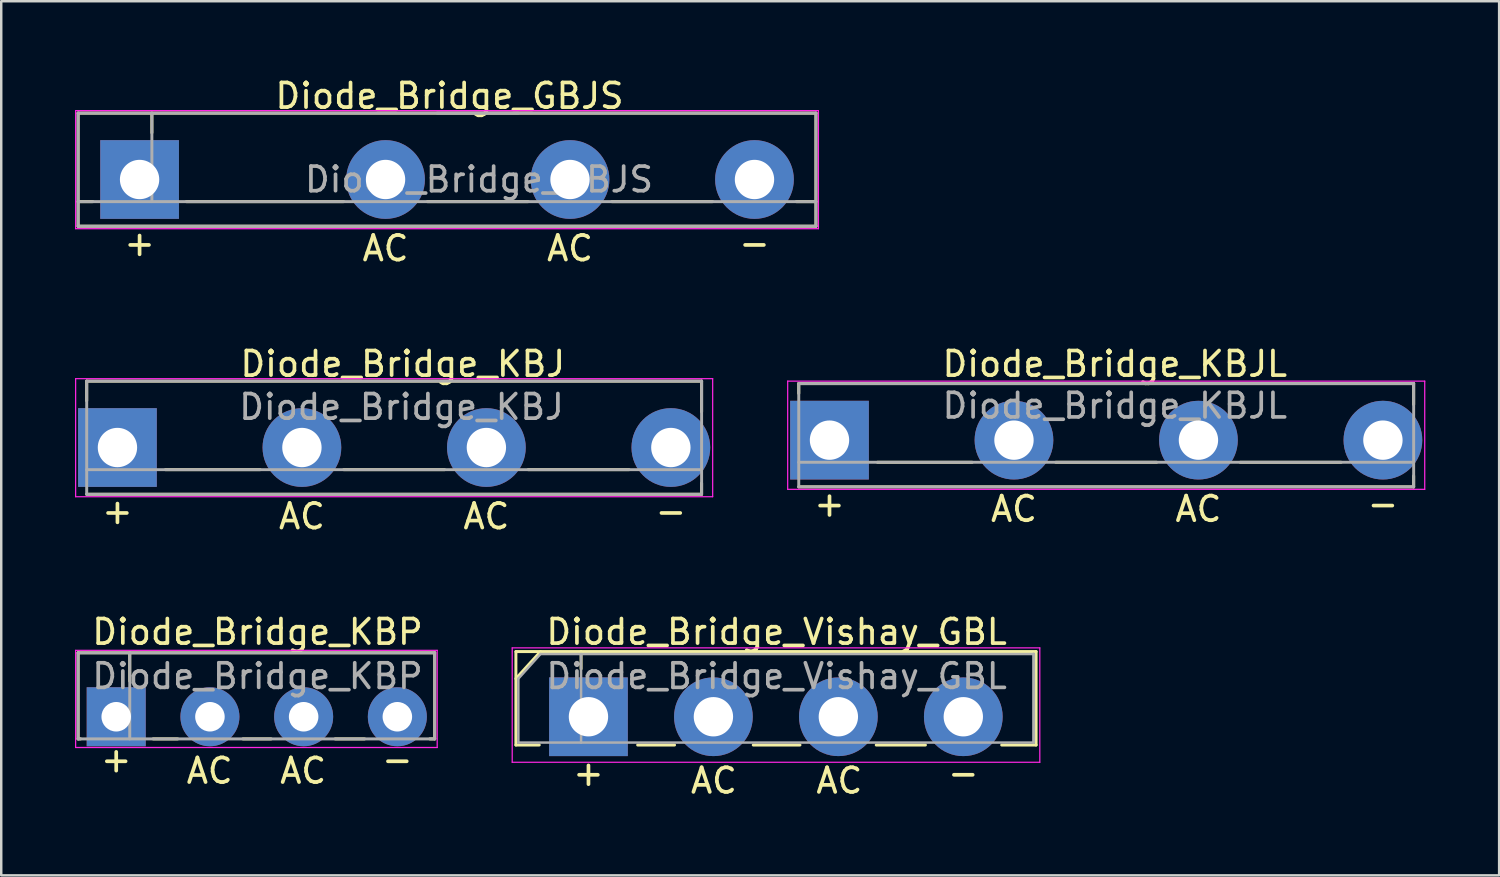
<source format=kicad_pcb>
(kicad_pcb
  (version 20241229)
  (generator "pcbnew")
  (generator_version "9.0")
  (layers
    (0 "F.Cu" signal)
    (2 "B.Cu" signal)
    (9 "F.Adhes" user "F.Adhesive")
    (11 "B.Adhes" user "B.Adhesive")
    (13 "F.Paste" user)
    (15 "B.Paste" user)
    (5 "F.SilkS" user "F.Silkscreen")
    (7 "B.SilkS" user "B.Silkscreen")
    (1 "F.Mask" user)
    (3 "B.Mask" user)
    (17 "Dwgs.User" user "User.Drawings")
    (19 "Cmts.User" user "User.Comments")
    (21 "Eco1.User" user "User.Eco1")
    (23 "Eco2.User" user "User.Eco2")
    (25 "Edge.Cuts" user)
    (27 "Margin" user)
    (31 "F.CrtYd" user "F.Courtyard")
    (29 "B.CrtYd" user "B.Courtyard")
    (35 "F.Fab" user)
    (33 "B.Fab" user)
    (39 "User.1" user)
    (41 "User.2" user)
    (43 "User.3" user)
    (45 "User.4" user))
  (footprint "Diode_Bridge_KBJL"
    (layer "F.Cu")
    (at 30.675 14.845)
    (property "Reference" "Diode_Bridge_KBJL" (at 11.6 -3.1 0) (layer "F.SilkS") (effects (font (size 1 1) (thickness 0.15))))
    (fp_line (start -1.25 -2.3) (end -1.25 -1.9) (stroke (width 0.12) (type solid)) (layer "F.SilkS"))
    (fp_line (start -1.25 -2.3) (end 23.75 -2.3) (stroke (width 0.12) (type solid)) (layer "F.SilkS"))
    (fp_line (start 1.95 0.9) (end 5.8 0.9) (stroke (width 0.12) (type solid)) (layer "F.SilkS"))
    (fp_line (start 9.2 0.9) (end 13.3 0.9) (stroke (width 0.12) (type solid)) (layer "F.SilkS"))
    (fp_line (start 16.7 0.9) (end 20.8 0.9) (stroke (width 0.12) (type solid)) (layer "F.SilkS"))
    (fp_line (start 23.75 -2.3) (end 23.75 -1.45) (stroke (width 0.12) (type solid)) (layer "F.SilkS"))
    (fp_line (start 23.75 1.45) (end 23.75 1.9) (stroke (width 0.12) (type solid)) (layer "F.SilkS"))
    (fp_line (start 23.75 1.9) (end -1.25 1.9) (stroke (width 0.12) (type solid)) (layer "F.SilkS"))
    (fp_line (start -1.7 -2.4) (end -1.7 2) (stroke (width 0.05) (type solid)) (layer "F.CrtYd"))
    (fp_line (start -1.7 2) (end 24.2 2) (stroke (width 0.05) (type solid)) (layer "F.CrtYd"))
    (fp_line (start 24.2 -2.4) (end -1.7 -2.4) (stroke (width 0.05) (type solid)) (layer "F.CrtYd"))
    (fp_line (start 24.2 2) (end 24.2 -2.4) (stroke (width 0.05) (type solid)) (layer "F.CrtYd"))
    (fp_line (start -1.25 -2.3) (end -1.25 1.9) (stroke (width 0.12) (type solid)) (layer "F.Fab"))
    (fp_line (start -1.25 0.9) (end 23.75 0.9) (stroke (width 0.12) (type solid)) (layer "F.Fab"))
    (fp_line (start -1.25 1.9) (end 23.75 1.9) (stroke (width 0.12) (type solid)) (layer "F.Fab"))
    (fp_line (start 23.75 -2.3) (end -1.25 -2.3) (stroke (width 0.12) (type solid)) (layer "F.Fab"))
    (fp_line (start 23.75 1.9) (end 23.75 -2.3) (stroke (width 0.12) (type solid)) (layer "F.Fab"))
    (fp_text user "AC" (at 15 2.8 0) (layer "F.SilkS") (effects (font (size 1 1) (thickness 0.15))))
    (fp_text user "+" (at 0 2.586 0) (layer "F.SilkS") (effects (font (size 1 1) (thickness 0.15))))
    (fp_text user "-" (at 22.5 2.586 0) (layer "F.SilkS") (effects (font (size 1 1) (thickness 0.15))))
    (fp_text user "AC" (at 7.5 2.8 0) (layer "F.SilkS") (effects (font (size 1 1) (thickness 0.15))))
    (fp_text user "${REFERENCE}" (at 11.6 -1.4 0) (layer "F.Fab") (effects (font (size 1 1) (thickness 0.15))))
    (pad "1" thru_hole rect (at 0 0 180) (size 3.2 3.2) (drill 1.6) (layers "*.Cu" "*.Mask"))
    (pad "2" thru_hole circle (at 7.5 0 180) (size 3.2 3.2) (drill 1.6) (layers "*.Cu" "*.Mask"))
    (pad "3" thru_hole circle (at 15 0 180) (size 3.2 3.2) (drill 1.6) (layers "*.Cu" "*.Mask"))
    (pad "4" thru_hole circle (at 22.5 0 180) (size 3.2 3.2) (drill 1.6) (layers "*.Cu" "*.Mask")))
  (footprint "Diode_Bridge_Vishay_GBL"
    (layer "F.Cu")
    (at 20.875 26.091)
    (property "Reference" "Diode_Bridge_Vishay_GBL" (at 7.65 -3.45 0) (layer "F.SilkS") (effects (font (size 1 1) (thickness 0.15))))
    (fp_line (start -2.95 -2.65) (end -2.95 1.15) (stroke (width 0.12) (type solid)) (layer "F.SilkS"))
    (fp_line (start -2.95 -1.55) (end -1.95 -2.65) (stroke (width 0.12) (type solid)) (layer "F.SilkS"))
    (fp_line (start -2.95 1.15) (end -2 1.15) (stroke (width 0.12) (type solid)) (layer "F.SilkS"))
    (fp_line (start -0.3 -2.65) (end -0.3 -1.95) (stroke (width 0.12) (type solid)) (layer "F.SilkS"))
    (fp_line (start 2 1.15) (end 3.5 1.15) (stroke (width 0.12) (type solid)) (layer "F.SilkS"))
    (fp_line (start 6.7 1.15) (end 8.6 1.15) (stroke (width 0.12) (type solid)) (layer "F.SilkS"))
    (fp_line (start 11.7 1.15) (end 13.7 1.15) (stroke (width 0.12) (type solid)) (layer "F.SilkS"))
    (fp_line (start 16.8 1.15) (end 18.2 1.15) (stroke (width 0.12) (type solid)) (layer "F.SilkS"))
    (fp_line (start 18.2 -2.65) (end -2.95 -2.65) (stroke (width 0.12) (type solid)) (layer "F.SilkS"))
    (fp_line (start 18.2 1.15) (end 18.2 -2.65) (stroke (width 0.12) (type solid)) (layer "F.SilkS"))
    (fp_line (start -3.1 1.85) (end -3.1 -2.8) (stroke (width 0.05) (type solid)) (layer "F.CrtYd"))
    (fp_line (start -3.1 1.85) (end 18.35 1.85) (stroke (width 0.05) (type solid)) (layer "F.CrtYd"))
    (fp_line (start 18.35 -2.8) (end -3.1 -2.8) (stroke (width 0.05) (type solid)) (layer "F.CrtYd"))
    (fp_line (start 18.35 -2.8) (end 18.35 1.85) (stroke (width 0.05) (type solid)) (layer "F.CrtYd"))
    (fp_line (start -2.85 -1.55) (end -2.85 1.05) (stroke (width 0.1) (type solid)) (layer "F.Fab"))
    (fp_line (start -2.85 1.05) (end 18.1 1.05) (stroke (width 0.1) (type solid)) (layer "F.Fab"))
    (fp_line (start -1.95 -2.55) (end -2.85 -1.55) (stroke (width 0.1) (type solid)) (layer "F.Fab"))
    (fp_line (start -0.3 -2.55) (end -0.3 1.05) (stroke (width 0.1) (type solid)) (layer "F.Fab"))
    (fp_line (start 18.1 -2.55) (end -1.95 -2.55) (stroke (width 0.1) (type solid)) (layer "F.Fab"))
    (fp_line (start 18.1 1.05) (end 18.1 -2.55) (stroke (width 0.12) (type solid)) (layer "F.Fab"))
    (fp_text user "AC" (at 10.2 2.6 0) (layer "F.SilkS") (effects (font (size 1 1) (thickness 0.15))))
    (fp_text user "-" (at 15.24 2.286 0) (layer "F.SilkS") (effects (font (size 1 1) (thickness 0.15))))
    (fp_text user "+" (at 0 2.286 0) (layer "F.SilkS") (effects (font (size 1 1) (thickness 0.15))))
    (fp_text user "AC" (at 5.1 2.6 0) (layer "F.SilkS") (effects (font (size 1 1) (thickness 0.15))))
    (fp_text user "${REFERENCE}" (at 7.65 -1.65 0) (layer "F.Fab") (effects (font (size 1 1) (thickness 0.15))))
    (pad "1" thru_hole rect (at 0 0 180) (size 3.2 3.2) (drill 1.6) (layers "*.Cu" "*.Mask"))
    (pad "2" thru_hole circle (at 5.08 0 180) (size 3.2 3.2) (drill 1.6) (layers "*.Cu" "*.Mask"))
    (pad "3" thru_hole circle (at 10.16 0 180) (size 3.2 3.2) (drill 1.6) (layers "*.Cu" "*.Mask"))
    (pad "4" thru_hole circle (at 15.24 0 180) (size 3.2 3.2) (drill 1.6) (layers "*.Cu" "*.Mask")))
  (footprint "Diode_Bridge_KBP"
    (layer "F.Cu")
    (at 1.675 26.091)
    (property "Reference" "Diode_Bridge_KBP" (at 5.745 -3.45 0) (layer "F.SilkS") (effects (font (size 1 1) (thickness 0.15))))
    (fp_line (start -1.55 -2.6) (end 12.95 -2.6) (stroke (width 0.12) (type solid)) (layer "F.SilkS"))
    (fp_line (start -1.55 0.9) (end -1.55 -2.6) (stroke (width 0.12) (type solid)) (layer "F.SilkS"))
    (fp_line (start -1.45 0.9) (end -1.55 0.9) (stroke (width 0.12) (type solid)) (layer "F.SilkS"))
    (fp_line (start 0.55 -2.6) (end 0.55 -1.45) (stroke (width 0.12) (type solid)) (layer "F.SilkS"))
    (fp_line (start 2.5 0.9) (end 1.5 0.9) (stroke (width 0.12) (type solid)) (layer "F.SilkS"))
    (fp_line (start 6.3 0.9) (end 5.15 0.9) (stroke (width 0.12) (type solid)) (layer "F.SilkS"))
    (fp_line (start 10.1 0.9) (end 8.9 0.9) (stroke (width 0.12) (type solid)) (layer "F.SilkS"))
    (fp_line (start 12.95 -2.6) (end 12.95 0.9) (stroke (width 0.12) (type solid)) (layer "F.SilkS"))
    (fp_line (start 12.95 0.9) (end 12.75 0.9) (stroke (width 0.12) (type solid)) (layer "F.SilkS"))
    (fp_line (start -1.65 -2.7) (end -1.65 1.25) (stroke (width 0.05) (type solid)) (layer "F.CrtYd"))
    (fp_line (start -1.65 1.25) (end 13.05 1.25) (stroke (width 0.05) (type solid)) (layer "F.CrtYd"))
    (fp_line (start 13.05 -2.7) (end -1.65 -2.7) (stroke (width 0.05) (type solid)) (layer "F.CrtYd"))
    (fp_line (start 13.05 1.25) (end 13.05 -2.7) (stroke (width 0.05) (type solid)) (layer "F.CrtYd"))
    (fp_line (start -1.55 -2.6) (end 12.95 -2.6) (stroke (width 0.12) (type solid)) (layer "F.Fab"))
    (fp_line (start -1.55 0.9) (end -1.55 -2.6) (stroke (width 0.12) (type solid)) (layer "F.Fab"))
    (fp_line (start 0.55 -2.6) (end 0.55 0.9) (stroke (width 0.12) (type solid)) (layer "F.Fab"))
    (fp_line (start 12.95 -2.6) (end 12.95 0.9) (stroke (width 0.12) (type solid)) (layer "F.Fab"))
    (fp_line (start 12.95 0.9) (end -1.55 0.9) (stroke (width 0.12) (type solid)) (layer "F.Fab"))
    (fp_text user "-" (at 11.43 1.736 0) (layer "F.SilkS") (effects (font (size 1 1) (thickness 0.15))))
    (fp_text user "+" (at 0 1.736 0) (layer "F.SilkS") (effects (font (size 1 1) (thickness 0.15))))
    (fp_text user "AC" (at 3.8 2.2 0) (layer "F.SilkS") (effects (font (size 1 1) (thickness 0.15))))
    (fp_text user "AC" (at 7.6 2.2 0) (layer "F.SilkS") (effects (font (size 1 1) (thickness 0.15))))
    (fp_text user "${REFERENCE}" (at 5.745 -1.65 0) (layer "F.Fab") (effects (font (size 1 1) (thickness 0.15))))
    (pad "1" thru_hole rect (at 0 0 180) (size 2.4 2.4) (drill 1.2) (layers "*.Cu" "*.Mask"))
    (pad "2" thru_hole circle (at 3.81 0 180) (size 2.4 2.4) (drill 1.2) (layers "*.Cu" "*.Mask"))
    (pad "3" thru_hole circle (at 7.62 0 180) (size 2.4 2.4) (drill 1.2) (layers "*.Cu" "*.Mask"))
    (pad "4" thru_hole circle (at 11.43 0 180) (size 2.4 2.4) (drill 1.2) (layers "*.Cu" "*.Mask")))
  (footprint "Diode_Bridge_GBJS"
    (layer "F.Cu")
    (at 2.625 4.248)
    (property "Reference" "Diode_Bridge_GBJS" (at 12.6 -3.4 0) (layer "F.SilkS") (effects (font (size 1 1) (thickness 0.15))))
    (fp_line (start -2.5 -2.7) (end -2.5 1.9) (stroke (width 0.12) (type solid)) (layer "F.SilkS"))
    (fp_line (start -2.5 -2.7) (end 27.5 -2.7) (stroke (width 0.12) (type solid)) (layer "F.SilkS"))
    (fp_line (start -1.9 0.9) (end -2.5 0.9) (stroke (width 0.12) (type solid)) (layer "F.SilkS"))
    (fp_line (start 0.5 -2.7) (end 0.5 -1.9) (stroke (width 0.12) (type solid)) (layer "F.SilkS"))
    (fp_line (start 8.3 0.9) (end 1.9 0.9) (stroke (width 0.12) (type solid)) (layer "F.SilkS"))
    (fp_line (start 15.8 0.9) (end 11.7 0.9) (stroke (width 0.12) (type solid)) (layer "F.SilkS"))
    (fp_line (start 23.3 0.9) (end 19.2 0.9) (stroke (width 0.12) (type solid)) (layer "F.SilkS"))
    (fp_line (start 27.5 -2.7) (end 27.5 1.9) (stroke (width 0.12) (type solid)) (layer "F.SilkS"))
    (fp_line (start 27.5 0.9) (end 26.7 0.9) (stroke (width 0.12) (type solid)) (layer "F.SilkS"))
    (fp_line (start 27.5 1.9) (end -2.5 1.9) (stroke (width 0.12) (type solid)) (layer "F.SilkS"))
    (fp_line (start -2.6 -2.8) (end -2.6 2) (stroke (width 0.05) (type solid)) (layer "F.CrtYd"))
    (fp_line (start -2.6 2) (end 27.6 2) (stroke (width 0.05) (type solid)) (layer "F.CrtYd"))
    (fp_line (start 27.6 -2.8) (end -2.6 -2.8) (stroke (width 0.05) (type solid)) (layer "F.CrtYd"))
    (fp_line (start 27.6 2) (end 27.6 -2.8) (stroke (width 0.05) (type solid)) (layer "F.CrtYd"))
    (fp_line (start -2.5 -2.7) (end 27.5 -2.7) (stroke (width 0.12) (type solid)) (layer "F.Fab"))
    (fp_line (start -2.5 0.9) (end 27.5 0.9) (stroke (width 0.12) (type solid)) (layer "F.Fab"))
    (fp_line (start -2.5 1.9) (end -2.5 -2.7) (stroke (width 0.12) (type solid)) (layer "F.Fab"))
    (fp_line (start 0.5 -2.7) (end 0.5 0.9) (stroke (width 0.12) (type solid)) (layer "F.Fab"))
    (fp_line (start 12.1 -2.7) (end 15.4 -2.7) (stroke (width 0.12) (type solid)) (layer "F.Fab"))
    (fp_line (start 27.5 -2.7) (end 27.5 1.9) (stroke (width 0.12) (type solid)) (layer "F.Fab"))
    (fp_line (start 27.5 1.9) (end -2.5 1.9) (stroke (width 0.12) (type solid)) (layer "F.Fab"))
    (fp_text user "AC" (at 10 2.8 0) (layer "F.SilkS") (effects (font (size 1 1) (thickness 0.15))))
    (fp_text user "+" (at 0 2.586 0) (layer "F.SilkS") (effects (font (size 1 1) (thickness 0.15))))
    (fp_text user "-" (at 25 2.586 0) (layer "F.SilkS") (effects (font (size 1 1) (thickness 0.15))))
    (fp_text user "AC" (at 17.5 2.8 0) (layer "F.SilkS") (effects (font (size 1 1) (thickness 0.15))))
    (fp_text user "${REFERENCE}" (at 13.8 0 0) (layer "F.Fab") (effects (font (size 1 1) (thickness 0.15))))
    (pad "1" thru_hole rect (at 0 0 180) (size 3.2 3.2) (drill 1.6) (layers "*.Cu" "*.Mask"))
    (pad "2" thru_hole circle (at 10 0 180) (size 3.2 3.2) (drill 1.6) (layers "*.Cu" "*.Mask"))
    (pad "3" thru_hole circle (at 17.5 0 180) (size 3.2 3.2) (drill 1.6) (layers "*.Cu" "*.Mask"))
    (pad "4" thru_hole circle (at 25 0 180) (size 3.2 3.2) (drill 1.6) (layers "*.Cu" "*.Mask")))
  (footprint "Diode_Bridge_KBJ"
    (layer "F.Cu")
    (at 1.725 15.145)
    (property "Reference" "Diode_Bridge_KBJ" (at 11.6 -3.4 0) (layer "F.SilkS") (effects (font (size 1 1) (thickness 0.15))))
    (fp_line (start -1.25 -2.7) (end -1.25 -1.9) (stroke (width 0.12) (type solid)) (layer "F.SilkS"))
    (fp_line (start -1.25 -2.7) (end 23.75 -2.7) (stroke (width 0.12) (type solid)) (layer "F.SilkS"))
    (fp_line (start 1.95 0.9) (end 5.8 0.9) (stroke (width 0.12) (type solid)) (layer "F.SilkS"))
    (fp_line (start 9.2 0.9) (end 13.3 0.9) (stroke (width 0.12) (type solid)) (layer "F.SilkS"))
    (fp_line (start 16.7 0.9) (end 20.8 0.9) (stroke (width 0.12) (type solid)) (layer "F.SilkS"))
    (fp_line (start 23.75 -2.7) (end 23.75 -1.45) (stroke (width 0.12) (type solid)) (layer "F.SilkS"))
    (fp_line (start 23.75 1.45) (end 23.75 1.9) (stroke (width 0.12) (type solid)) (layer "F.SilkS"))
    (fp_line (start 23.75 1.9) (end -1.25 1.9) (stroke (width 0.12) (type solid)) (layer "F.SilkS"))
    (fp_line (start -1.7 -2.8) (end -1.7 2) (stroke (width 0.05) (type solid)) (layer "F.CrtYd"))
    (fp_line (start -1.7 2) (end 24.2 2) (stroke (width 0.05) (type solid)) (layer "F.CrtYd"))
    (fp_line (start 24.2 -2.8) (end -1.7 -2.8) (stroke (width 0.05) (type solid)) (layer "F.CrtYd"))
    (fp_line (start 24.2 2) (end 24.2 -2.8) (stroke (width 0.05) (type solid)) (layer "F.CrtYd"))
    (fp_line (start -1.25 -2.7) (end -1.25 1.9) (stroke (width 0.12) (type solid)) (layer "F.Fab"))
    (fp_line (start -1.25 0.9) (end 23.75 0.9) (stroke (width 0.12) (type solid)) (layer "F.Fab"))
    (fp_line (start -1.25 1.9) (end 23.75 1.9) (stroke (width 0.12) (type solid)) (layer "F.Fab"))
    (fp_line (start 23.75 -2.7) (end -1.25 -2.7) (stroke (width 0.12) (type solid)) (layer "F.Fab"))
    (fp_line (start 23.75 1.9) (end 23.75 -2.7) (stroke (width 0.12) (type solid)) (layer "F.Fab"))
    (fp_text user "+" (at 0 2.586 0) (layer "F.SilkS") (effects (font (size 1 1) (thickness 0.15))))
    (fp_text user "-" (at 22.5 2.586 0) (layer "F.SilkS") (effects (font (size 1 1) (thickness 0.15))))
    (fp_text user "AC" (at 15 2.8 0) (layer "F.SilkS") (effects (font (size 1 1) (thickness 0.15))))
    (fp_text user "AC" (at 7.5 2.8 0) (layer "F.SilkS") (effects (font (size 1 1) (thickness 0.15))))
    (fp_text user "${REFERENCE}" (at 11.55 -1.65 0) (layer "F.Fab") (effects (font (size 1 1) (thickness 0.15))))
    (pad "1" thru_hole rect (at 0 0 180) (size 3.2 3.2) (drill 1.6) (layers "*.Cu" "*.Mask"))
    (pad "2" thru_hole circle (at 7.5 0 180) (size 3.2 3.2) (drill 1.6) (layers "*.Cu" "*.Mask"))
    (pad "3" thru_hole circle (at 15 0 180) (size 3.2 3.2) (drill 1.6) (layers "*.Cu" "*.Mask"))
    (pad "4" thru_hole circle (at 22.5 0 180) (size 3.2 3.2) (drill 1.6) (layers "*.Cu" "*.Mask")))
  (gr_rect
    (start -3 -3)
    (end 57.9 32.539)
    (stroke (width 0.1) (type default))
    (fill no)
    (layer "Edge.Cuts")))
</source>
